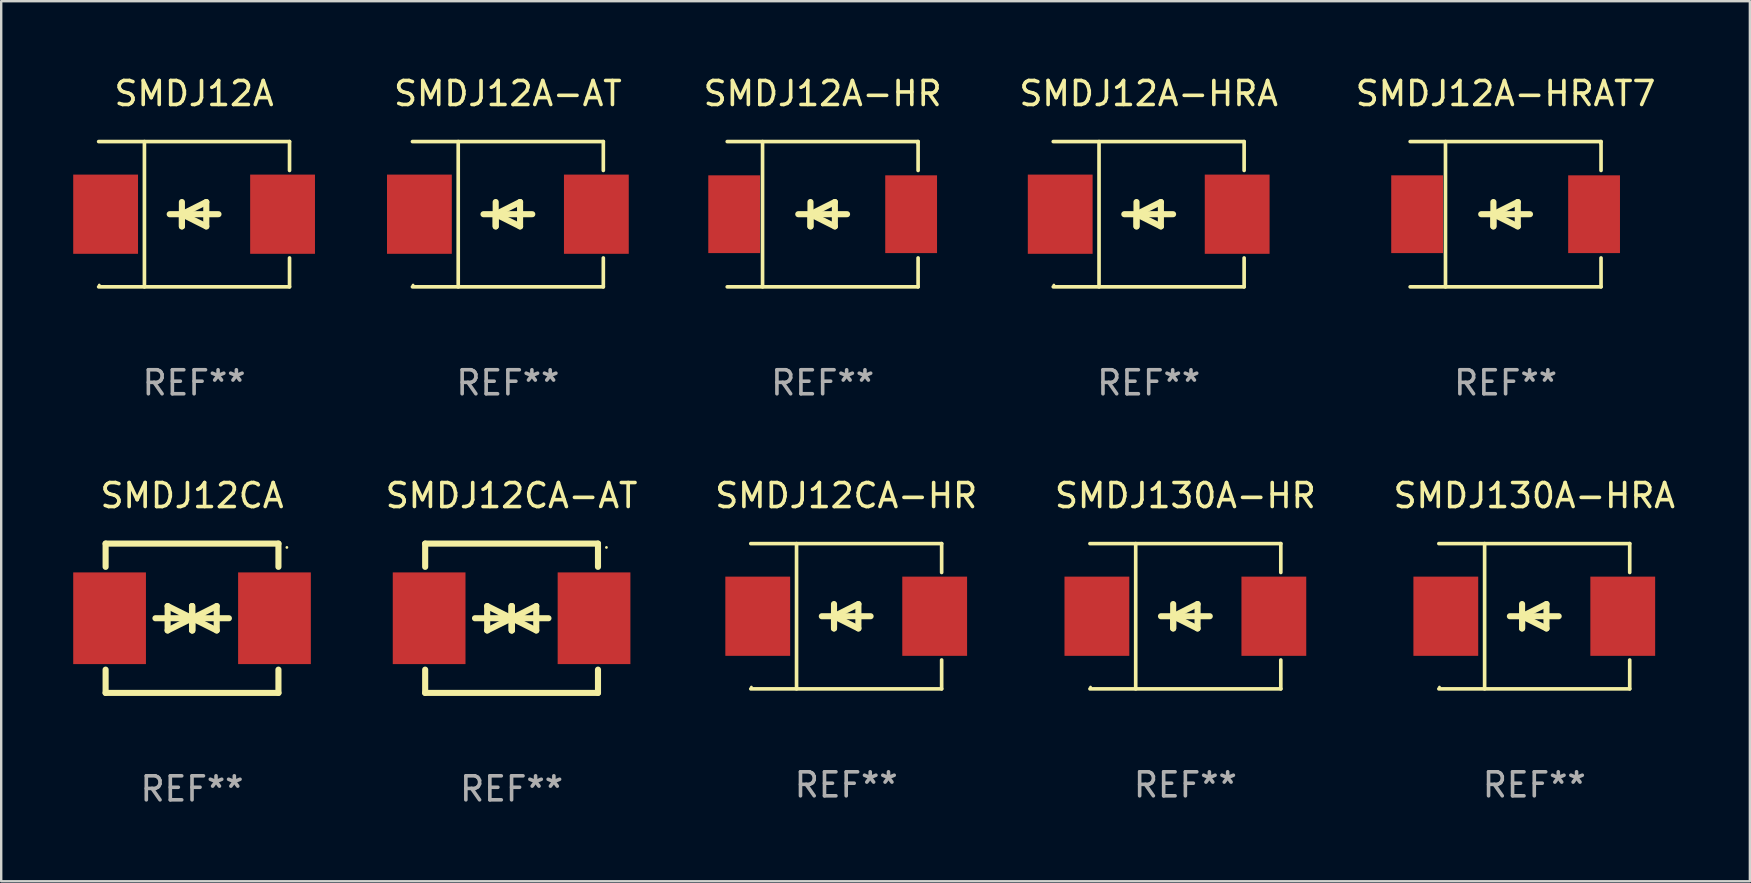
<source format=kicad_pcb>
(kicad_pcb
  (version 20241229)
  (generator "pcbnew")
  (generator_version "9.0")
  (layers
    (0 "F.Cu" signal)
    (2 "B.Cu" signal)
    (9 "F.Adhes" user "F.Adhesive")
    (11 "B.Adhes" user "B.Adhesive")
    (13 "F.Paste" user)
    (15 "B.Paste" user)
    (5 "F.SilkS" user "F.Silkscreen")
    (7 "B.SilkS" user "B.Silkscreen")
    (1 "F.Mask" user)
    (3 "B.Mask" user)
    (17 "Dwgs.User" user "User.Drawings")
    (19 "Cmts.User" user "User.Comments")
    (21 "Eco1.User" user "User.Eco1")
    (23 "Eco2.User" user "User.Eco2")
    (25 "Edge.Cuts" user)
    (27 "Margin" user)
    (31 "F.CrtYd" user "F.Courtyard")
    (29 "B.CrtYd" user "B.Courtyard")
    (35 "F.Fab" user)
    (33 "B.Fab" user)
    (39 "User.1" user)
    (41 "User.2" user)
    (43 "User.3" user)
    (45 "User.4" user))
  (footprint "SMDJ12A-HRA"
    (layer "F.Cu")
    (at 44.806 5.874)
    (property "Reference" "SMDJ12A-HRA" (at 0 -5.026 0) (layer "F.SilkS") (effects (font (size 1 1) (thickness 0.15))))
    (attr through_hole)
    (fp_line (start -3.976 -3.026) (end 3.976 -3.026) (stroke (width 0.152) (type solid)) (layer "F.SilkS"))
    (fp_line (start -3.976 3.026) (end 3.976 3.026) (stroke (width 0.152) (type solid)) (layer "F.SilkS"))
    (fp_line (start -2.069 -3.026) (end -2.069 3.026) (stroke (width 0.152) (type solid)) (layer "F.SilkS"))
    (fp_line (start -0.508 0) (end -0.508 0.508) (stroke (width 0.254) (type solid)) (layer "F.SilkS"))
    (fp_line (start -0.508 0) (end 0.508 0.508) (stroke (width 0.254) (type solid)) (layer "F.SilkS"))
    (fp_line (start -0.508 0.508) (end -0.508 -0.508) (stroke (width 0.254) (type solid)) (layer "F.SilkS"))
    (fp_line (start 0.508 -0.508) (end -0.508 0) (stroke (width 0.254) (type solid)) (layer "F.SilkS"))
    (fp_line (start 0.508 0.508) (end 0.508 -0.508) (stroke (width 0.254) (type solid)) (layer "F.SilkS"))
    (fp_line (start 1.016 0) (end -1.016 0) (stroke (width 0.254) (type solid)) (layer "F.SilkS"))
    (fp_line (start 3.976 -3.026) (end 3.976 -1.823) (stroke (width 0.152) (type solid)) (layer "F.SilkS"))
    (fp_line (start 3.976 3.026) (end 3.976 1.823) (stroke (width 0.152) (type solid)) (layer "F.SilkS"))
    (fp_circle (center -3.95 2.95) (end -3.92 2.95) (stroke (width 0.06) (type solid)) (fill no) (layer "F.SilkS"))
    (fp_text user "REF**" (at 0 7.026 0) (layer "F.Fab") (effects (font (size 1 1) (thickness 0.15))))
    (pad "1" smd rect (at -3.686 0) (size 2.7 3.3) (layers "F.Cu" "F.Mask" "F.Paste"))
    (pad "2" smd rect (at 3.686 0) (size 2.7 3.3) (layers "F.Cu" "F.Mask" "F.Paste")))
  (footprint "SMDJ12A-HRAT7"
    (layer "F.Cu")
    (at 59.675 5.874)
    (property "Reference" "SMDJ12A-HRAT7" (at 0 -5.026 0) (layer "F.SilkS") (effects (font (size 1 1) (thickness 0.15))))
    (attr through_hole)
    (fp_line (start -3.976 -3.026) (end 3.976 -3.026) (stroke (width 0.152) (type solid)) (layer "F.SilkS"))
    (fp_line (start -3.976 3.026) (end 3.976 3.026) (stroke (width 0.152) (type solid)) (layer "F.SilkS"))
    (fp_line (start -2.504 -3.026) (end -2.504 3.026) (stroke (width 0.152) (type solid)) (layer "F.SilkS"))
    (fp_line (start -0.508 0) (end -0.508 0.508) (stroke (width 0.254) (type solid)) (layer "F.SilkS"))
    (fp_line (start -0.508 0) (end 0.508 0.508) (stroke (width 0.254) (type solid)) (layer "F.SilkS"))
    (fp_line (start -0.508 0.508) (end -0.508 -0.508) (stroke (width 0.254) (type solid)) (layer "F.SilkS"))
    (fp_line (start 0.508 -0.508) (end -0.508 0) (stroke (width 0.254) (type solid)) (layer "F.SilkS"))
    (fp_line (start 0.508 0.508) (end 0.508 -0.508) (stroke (width 0.254) (type solid)) (layer "F.SilkS"))
    (fp_line (start 1.016 0) (end -1.016 0) (stroke (width 0.254) (type solid)) (layer "F.SilkS"))
    (fp_line (start 3.976 -3.026) (end 3.976 -1.823) (stroke (width 0.152) (type solid)) (layer "F.SilkS"))
    (fp_line (start 3.976 3.026) (end 3.976 1.823) (stroke (width 0.152) (type solid)) (layer "F.SilkS"))
    (fp_circle (center 3.95 -2.95) (end 3.98 -2.95) (stroke (width 0.06) (type solid)) (fill no) (layer "F.SilkS"))
    (fp_text user "REF**" (at 0 7.026 0) (layer "F.Fab") (effects (font (size 1 1) (thickness 0.15))))
    (pad "1" smd rect (at 3.686 0 180) (size 2.158 3.24) (layers "F.Cu" "F.Mask" "F.Paste"))
    (pad "2" smd rect (at -3.686 0 180) (size 2.158 3.24) (layers "F.Cu" "F.Mask" "F.Paste")))
  (footprint "SMDJ12CA-AT"
    (layer "F.Cu")
    (at 18.263 22.707)
    (property "Reference" "SMDJ12CA-AT" (at 0 -5.11 0) (layer "F.SilkS") (effects (font (size 1 1) (thickness 0.15))))
    (attr through_hole)
    (fp_line (start -3.6 -2.141) (end -3.6 -3.11) (stroke (width 0.254) (type solid)) (layer "F.SilkS"))
    (fp_line (start -3.6 3.11) (end -3.6 2.141) (stroke (width 0.254) (type solid)) (layer "F.SilkS"))
    (fp_line (start -1.524 0) (end 0.508 0) (stroke (width 0.254) (type solid)) (layer "F.SilkS"))
    (fp_line (start -1.016 -0.508) (end -1.016 0.508) (stroke (width 0.254) (type solid)) (layer "F.SilkS"))
    (fp_line (start -1.016 0.508) (end 0 0) (stroke (width 0.254) (type solid)) (layer "F.SilkS"))
    (fp_line (start 0 -0.508) (end 0 0.508) (stroke (width 0.254) (type solid)) (layer "F.SilkS"))
    (fp_line (start 0 0) (end -1.016 -0.508) (stroke (width 0.254) (type solid)) (layer "F.SilkS"))
    (fp_line (start 0 0) (end 0 -0.508) (stroke (width 0.254) (type solid)) (layer "F.SilkS"))
    (fp_line (start 0.012 0) (end 0.012 0.508) (stroke (width 0.254) (type solid)) (layer "F.SilkS"))
    (fp_line (start 0.012 0) (end 1.028 0.508) (stroke (width 0.254) (type solid)) (layer "F.SilkS"))
    (fp_line (start 0.012 0.508) (end 0.012 -0.508) (stroke (width 0.254) (type solid)) (layer "F.SilkS"))
    (fp_line (start 1.028 -0.508) (end 0.012 0) (stroke (width 0.254) (type solid)) (layer "F.SilkS"))
    (fp_line (start 1.028 0.508) (end 1.028 -0.508) (stroke (width 0.254) (type solid)) (layer "F.SilkS"))
    (fp_line (start 1.536 0) (end -0.496 0) (stroke (width 0.254) (type solid)) (layer "F.SilkS"))
    (fp_line (start 3.6 -3.11) (end -3.6 -3.11) (stroke (width 0.254) (type solid)) (layer "F.SilkS"))
    (fp_line (start 3.6 -2.141) (end 3.6 -3.11) (stroke (width 0.254) (type solid)) (layer "F.SilkS"))
    (fp_line (start 3.6 3.11) (end -3.6 3.11) (stroke (width 0.254) (type solid)) (layer "F.SilkS"))
    (fp_line (start 3.6 3.11) (end 3.6 2.141) (stroke (width 0.254) (type solid)) (layer "F.SilkS"))
    (fp_circle (center 3.952 -2.95) (end 3.982 -2.95) (stroke (width 0.06) (type solid)) (fill no) (layer "F.SilkS"))
    (fp_text user "REF**" (at 0 7.11 0) (layer "F.Fab") (effects (font (size 1 1) (thickness 0.15))))
    (pad "1" smd rect (at 3.435 0) (size 3.03 3.82) (layers "F.Cu" "F.Mask" "F.Paste"))
    (pad "2" smd rect (at -3.435 0) (size 3.03 3.82) (layers "F.Cu" "F.Mask" "F.Paste")))
  (footprint "SMDJ12CA"
    (layer "F.Cu")
    (at 4.95 22.707)
    (property "Reference" "SMDJ12CA" (at 0 -5.11 0) (layer "F.SilkS") (effects (font (size 1 1) (thickness 0.15))))
    (attr through_hole)
    (fp_line (start -3.6 -2.141) (end -3.6 -3.11) (stroke (width 0.254) (type solid)) (layer "F.SilkS"))
    (fp_line (start -3.6 3.11) (end -3.6 2.141) (stroke (width 0.254) (type solid)) (layer "F.SilkS"))
    (fp_line (start -1.524 0) (end 0.508 0) (stroke (width 0.254) (type solid)) (layer "F.SilkS"))
    (fp_line (start -1.016 -0.508) (end -1.016 0.508) (stroke (width 0.254) (type solid)) (layer "F.SilkS"))
    (fp_line (start -1.016 0.508) (end 0 0) (stroke (width 0.254) (type solid)) (layer "F.SilkS"))
    (fp_line (start 0 -0.508) (end 0 0.508) (stroke (width 0.254) (type solid)) (layer "F.SilkS"))
    (fp_line (start 0 0) (end -1.016 -0.508) (stroke (width 0.254) (type solid)) (layer "F.SilkS"))
    (fp_line (start 0 0) (end 0 -0.508) (stroke (width 0.254) (type solid)) (layer "F.SilkS"))
    (fp_line (start 0.012 0) (end 0.012 0.508) (stroke (width 0.254) (type solid)) (layer "F.SilkS"))
    (fp_line (start 0.012 0) (end 1.028 0.508) (stroke (width 0.254) (type solid)) (layer "F.SilkS"))
    (fp_line (start 0.012 0.508) (end 0.012 -0.508) (stroke (width 0.254) (type solid)) (layer "F.SilkS"))
    (fp_line (start 1.028 -0.508) (end 0.012 0) (stroke (width 0.254) (type solid)) (layer "F.SilkS"))
    (fp_line (start 1.028 0.508) (end 1.028 -0.508) (stroke (width 0.254) (type solid)) (layer "F.SilkS"))
    (fp_line (start 1.536 0) (end -0.496 0) (stroke (width 0.254) (type solid)) (layer "F.SilkS"))
    (fp_line (start 3.6 -3.11) (end -3.6 -3.11) (stroke (width 0.254) (type solid)) (layer "F.SilkS"))
    (fp_line (start 3.6 -2.141) (end 3.6 -3.11) (stroke (width 0.254) (type solid)) (layer "F.SilkS"))
    (fp_line (start 3.6 3.11) (end -3.6 3.11) (stroke (width 0.254) (type solid)) (layer "F.SilkS"))
    (fp_line (start 3.6 3.11) (end 3.6 2.141) (stroke (width 0.254) (type solid)) (layer "F.SilkS"))
    (fp_circle (center 3.952 -2.95) (end 3.982 -2.95) (stroke (width 0.06) (type solid)) (fill no) (layer "F.SilkS"))
    (fp_text user "REF**" (at 0 7.11 0) (layer "F.Fab") (effects (font (size 1 1) (thickness 0.15))))
    (pad "1" smd rect (at 3.435 0) (size 3.03 3.82) (layers "F.Cu" "F.Mask" "F.Paste"))
    (pad "2" smd rect (at -3.435 0) (size 3.03 3.82) (layers "F.Cu" "F.Mask" "F.Paste")))
  (footprint "SMDJ12A-HR"
    (layer "F.Cu")
    (at 31.223 5.874)
    (property "Reference" "SMDJ12A-HR" (at 0 -5.026 0) (layer "F.SilkS") (effects (font (size 1 1) (thickness 0.15))))
    (attr through_hole)
    (fp_line (start -3.976 -3.026) (end 3.976 -3.026) (stroke (width 0.152) (type solid)) (layer "F.SilkS"))
    (fp_line (start -3.976 3.026) (end 3.976 3.026) (stroke (width 0.152) (type solid)) (layer "F.SilkS"))
    (fp_line (start -2.504 -3.026) (end -2.504 3.026) (stroke (width 0.152) (type solid)) (layer "F.SilkS"))
    (fp_line (start -0.508 0) (end -0.508 0.508) (stroke (width 0.254) (type solid)) (layer "F.SilkS"))
    (fp_line (start -0.508 0) (end 0.508 0.508) (stroke (width 0.254) (type solid)) (layer "F.SilkS"))
    (fp_line (start -0.508 0.508) (end -0.508 -0.508) (stroke (width 0.254) (type solid)) (layer "F.SilkS"))
    (fp_line (start 0.508 -0.508) (end -0.508 0) (stroke (width 0.254) (type solid)) (layer "F.SilkS"))
    (fp_line (start 0.508 0.508) (end 0.508 -0.508) (stroke (width 0.254) (type solid)) (layer "F.SilkS"))
    (fp_line (start 1.016 0) (end -1.016 0) (stroke (width 0.254) (type solid)) (layer "F.SilkS"))
    (fp_line (start 3.976 -3.026) (end 3.976 -1.823) (stroke (width 0.152) (type solid)) (layer "F.SilkS"))
    (fp_line (start 3.976 3.026) (end 3.976 1.823) (stroke (width 0.152) (type solid)) (layer "F.SilkS"))
    (fp_circle (center 3.95 -2.95) (end 3.98 -2.95) (stroke (width 0.06) (type solid)) (fill no) (layer "F.SilkS"))
    (fp_text user "REF**" (at 0 7.026 0) (layer "F.Fab") (effects (font (size 1 1) (thickness 0.15))))
    (pad "1" smd rect (at 3.686 0 180) (size 2.158 3.24) (layers "F.Cu" "F.Mask" "F.Paste"))
    (pad "2" smd rect (at -3.686 0 180) (size 2.158 3.24) (layers "F.Cu" "F.Mask" "F.Paste")))
  (footprint "SMDJ130A-HRA"
    (layer "F.Cu")
    (at 60.87 22.623)
    (property "Reference" "SMDJ130A-HRA" (at 0 -5.026 0) (layer "F.SilkS") (effects (font (size 1 1) (thickness 0.15))))
    (attr through_hole)
    (fp_line (start -3.976 -3.026) (end 3.976 -3.026) (stroke (width 0.152) (type solid)) (layer "F.SilkS"))
    (fp_line (start -3.976 3.026) (end 3.976 3.026) (stroke (width 0.152) (type solid)) (layer "F.SilkS"))
    (fp_line (start -2.069 -3.026) (end -2.069 3.026) (stroke (width 0.152) (type solid)) (layer "F.SilkS"))
    (fp_line (start -0.508 0) (end -0.508 0.508) (stroke (width 0.254) (type solid)) (layer "F.SilkS"))
    (fp_line (start -0.508 0) (end 0.508 0.508) (stroke (width 0.254) (type solid)) (layer "F.SilkS"))
    (fp_line (start -0.508 0.508) (end -0.508 -0.508) (stroke (width 0.254) (type solid)) (layer "F.SilkS"))
    (fp_line (start 0.508 -0.508) (end -0.508 0) (stroke (width 0.254) (type solid)) (layer "F.SilkS"))
    (fp_line (start 0.508 0.508) (end 0.508 -0.508) (stroke (width 0.254) (type solid)) (layer "F.SilkS"))
    (fp_line (start 1.016 0) (end -1.016 0) (stroke (width 0.254) (type solid)) (layer "F.SilkS"))
    (fp_line (start 3.976 -3.026) (end 3.976 -1.823) (stroke (width 0.152) (type solid)) (layer "F.SilkS"))
    (fp_line (start 3.976 3.026) (end 3.976 1.823) (stroke (width 0.152) (type solid)) (layer "F.SilkS"))
    (fp_circle (center -3.95 2.95) (end -3.92 2.95) (stroke (width 0.06) (type solid)) (fill no) (layer "F.SilkS"))
    (fp_text user "REF**" (at 0 7.026 0) (layer "F.Fab") (effects (font (size 1 1) (thickness 0.15))))
    (pad "1" smd rect (at -3.686 0) (size 2.7 3.3) (layers "F.Cu" "F.Mask" "F.Paste"))
    (pad "2" smd rect (at 3.686 0) (size 2.7 3.3) (layers "F.Cu" "F.Mask" "F.Paste")))
  (footprint "SMDJ12A"
    (layer "F.Cu")
    (at 5.036 5.874)
    (property "Reference" "SMDJ12A" (at 0 -5.026 0) (layer "F.SilkS") (effects (font (size 1 1) (thickness 0.15))))
    (attr through_hole)
    (fp_line (start -3.976 -3.026) (end 3.976 -3.026) (stroke (width 0.152) (type solid)) (layer "F.SilkS"))
    (fp_line (start -3.976 3.026) (end 3.976 3.026) (stroke (width 0.152) (type solid)) (layer "F.SilkS"))
    (fp_line (start -2.069 -3.026) (end -2.069 3.026) (stroke (width 0.152) (type solid)) (layer "F.SilkS"))
    (fp_line (start -0.508 0) (end -0.508 0.508) (stroke (width 0.254) (type solid)) (layer "F.SilkS"))
    (fp_line (start -0.508 0) (end 0.508 0.508) (stroke (width 0.254) (type solid)) (layer "F.SilkS"))
    (fp_line (start -0.508 0.508) (end -0.508 -0.508) (stroke (width 0.254) (type solid)) (layer "F.SilkS"))
    (fp_line (start 0.508 -0.508) (end -0.508 0) (stroke (width 0.254) (type solid)) (layer "F.SilkS"))
    (fp_line (start 0.508 0.508) (end 0.508 -0.508) (stroke (width 0.254) (type solid)) (layer "F.SilkS"))
    (fp_line (start 1.016 0) (end -1.016 0) (stroke (width 0.254) (type solid)) (layer "F.SilkS"))
    (fp_line (start 3.976 -3.026) (end 3.976 -1.823) (stroke (width 0.152) (type solid)) (layer "F.SilkS"))
    (fp_line (start 3.976 3.026) (end 3.976 1.823) (stroke (width 0.152) (type solid)) (layer "F.SilkS"))
    (fp_circle (center -3.95 2.95) (end -3.92 2.95) (stroke (width 0.06) (type solid)) (fill no) (layer "F.SilkS"))
    (fp_text user "REF**" (at 0 7.026 0) (layer "F.Fab") (effects (font (size 1 1) (thickness 0.15))))
    (pad "1" smd rect (at -3.686 0) (size 2.7 3.3) (layers "F.Cu" "F.Mask" "F.Paste"))
    (pad "2" smd rect (at 3.686 0) (size 2.7 3.3) (layers "F.Cu" "F.Mask" "F.Paste")))
  (footprint "SMDJ130A-HR"
    (layer "F.Cu")
    (at 46.334 22.623)
    (property "Reference" "SMDJ130A-HR" (at 0 -5.026 0) (layer "F.SilkS") (effects (font (size 1 1) (thickness 0.15))))
    (attr through_hole)
    (fp_line (start -3.976 -3.026) (end 3.976 -3.026) (stroke (width 0.152) (type solid)) (layer "F.SilkS"))
    (fp_line (start -3.976 3.026) (end 3.976 3.026) (stroke (width 0.152) (type solid)) (layer "F.SilkS"))
    (fp_line (start -2.069 -3.026) (end -2.069 3.026) (stroke (width 0.152) (type solid)) (layer "F.SilkS"))
    (fp_line (start -0.508 0) (end -0.508 0.508) (stroke (width 0.254) (type solid)) (layer "F.SilkS"))
    (fp_line (start -0.508 0) (end 0.508 0.508) (stroke (width 0.254) (type solid)) (layer "F.SilkS"))
    (fp_line (start -0.508 0.508) (end -0.508 -0.508) (stroke (width 0.254) (type solid)) (layer "F.SilkS"))
    (fp_line (start 0.508 -0.508) (end -0.508 0) (stroke (width 0.254) (type solid)) (layer "F.SilkS"))
    (fp_line (start 0.508 0.508) (end 0.508 -0.508) (stroke (width 0.254) (type solid)) (layer "F.SilkS"))
    (fp_line (start 1.016 0) (end -1.016 0) (stroke (width 0.254) (type solid)) (layer "F.SilkS"))
    (fp_line (start 3.976 -3.026) (end 3.976 -1.823) (stroke (width 0.152) (type solid)) (layer "F.SilkS"))
    (fp_line (start 3.976 3.026) (end 3.976 1.823) (stroke (width 0.152) (type solid)) (layer "F.SilkS"))
    (fp_circle (center -3.95 2.95) (end -3.92 2.95) (stroke (width 0.06) (type solid)) (fill no) (layer "F.SilkS"))
    (fp_text user "REF**" (at 0 7.026 0) (layer "F.Fab") (effects (font (size 1 1) (thickness 0.15))))
    (pad "1" smd rect (at -3.686 0) (size 2.7 3.3) (layers "F.Cu" "F.Mask" "F.Paste"))
    (pad "2" smd rect (at 3.686 0) (size 2.7 3.3) (layers "F.Cu" "F.Mask" "F.Paste")))
  (footprint "SMDJ12A-AT"
    (layer "F.Cu")
    (at 18.109 5.874)
    (property "Reference" "SMDJ12A-AT" (at 0 -5.026 0) (layer "F.SilkS") (effects (font (size 1 1) (thickness 0.15))))
    (attr through_hole)
    (fp_line (start -3.976 -3.026) (end 3.976 -3.026) (stroke (width 0.152) (type solid)) (layer "F.SilkS"))
    (fp_line (start -3.976 3.026) (end 3.976 3.026) (stroke (width 0.152) (type solid)) (layer "F.SilkS"))
    (fp_line (start -2.069 -3.026) (end -2.069 3.026) (stroke (width 0.152) (type solid)) (layer "F.SilkS"))
    (fp_line (start -0.508 0) (end -0.508 0.508) (stroke (width 0.254) (type solid)) (layer "F.SilkS"))
    (fp_line (start -0.508 0) (end 0.508 0.508) (stroke (width 0.254) (type solid)) (layer "F.SilkS"))
    (fp_line (start -0.508 0.508) (end -0.508 -0.508) (stroke (width 0.254) (type solid)) (layer "F.SilkS"))
    (fp_line (start 0.508 -0.508) (end -0.508 0) (stroke (width 0.254) (type solid)) (layer "F.SilkS"))
    (fp_line (start 0.508 0.508) (end 0.508 -0.508) (stroke (width 0.254) (type solid)) (layer "F.SilkS"))
    (fp_line (start 1.016 0) (end -1.016 0) (stroke (width 0.254) (type solid)) (layer "F.SilkS"))
    (fp_line (start 3.976 -3.026) (end 3.976 -1.823) (stroke (width 0.152) (type solid)) (layer "F.SilkS"))
    (fp_line (start 3.976 3.026) (end 3.976 1.823) (stroke (width 0.152) (type solid)) (layer "F.SilkS"))
    (fp_circle (center -3.95 2.95) (end -3.92 2.95) (stroke (width 0.06) (type solid)) (fill no) (layer "F.SilkS"))
    (fp_text user "REF**" (at 0 7.026 0) (layer "F.Fab") (effects (font (size 1 1) (thickness 0.15))))
    (pad "1" smd rect (at -3.686 0) (size 2.7 3.3) (layers "F.Cu" "F.Mask" "F.Paste"))
    (pad "2" smd rect (at 3.686 0) (size 2.7 3.3) (layers "F.Cu" "F.Mask" "F.Paste")))
  (footprint "SMDJ12CA-HR"
    (layer "F.Cu")
    (at 32.204 22.623)
    (property "Reference" "SMDJ12CA-HR" (at 0 -5.026 0) (layer "F.SilkS") (effects (font (size 1 1) (thickness 0.15))))
    (attr through_hole)
    (fp_line (start -3.976 -3.026) (end 3.976 -3.026) (stroke (width 0.152) (type solid)) (layer "F.SilkS"))
    (fp_line (start -3.976 3.026) (end 3.976 3.026) (stroke (width 0.152) (type solid)) (layer "F.SilkS"))
    (fp_line (start -2.069 -3.026) (end -2.069 3.026) (stroke (width 0.152) (type solid)) (layer "F.SilkS"))
    (fp_line (start -0.508 0) (end -0.508 0.508) (stroke (width 0.254) (type solid)) (layer "F.SilkS"))
    (fp_line (start -0.508 0) (end 0.508 0.508) (stroke (width 0.254) (type solid)) (layer "F.SilkS"))
    (fp_line (start -0.508 0.508) (end -0.508 -0.508) (stroke (width 0.254) (type solid)) (layer "F.SilkS"))
    (fp_line (start 0.508 -0.508) (end -0.508 0) (stroke (width 0.254) (type solid)) (layer "F.SilkS"))
    (fp_line (start 0.508 0.508) (end 0.508 -0.508) (stroke (width 0.254) (type solid)) (layer "F.SilkS"))
    (fp_line (start 1.016 0) (end -1.016 0) (stroke (width 0.254) (type solid)) (layer "F.SilkS"))
    (fp_line (start 3.976 -3.026) (end 3.976 -1.823) (stroke (width 0.152) (type solid)) (layer "F.SilkS"))
    (fp_line (start 3.976 3.026) (end 3.976 1.823) (stroke (width 0.152) (type solid)) (layer "F.SilkS"))
    (fp_circle (center -3.95 2.95) (end -3.92 2.95) (stroke (width 0.06) (type solid)) (fill no) (layer "F.SilkS"))
    (fp_text user "REF**" (at 0 7.026 0) (layer "F.Fab") (effects (font (size 1 1) (thickness 0.15))))
    (pad "1" smd rect (at -3.686 0) (size 2.7 3.3) (layers "F.Cu" "F.Mask" "F.Paste"))
    (pad "2" smd rect (at 3.686 0) (size 2.7 3.3) (layers "F.Cu" "F.Mask" "F.Paste")))
  (gr_rect
    (start -3 -3)
    (end 69.852 33.665)
    (stroke (width 0.1) (type default))
    (fill no)
    (layer "Edge.Cuts")))
</source>
